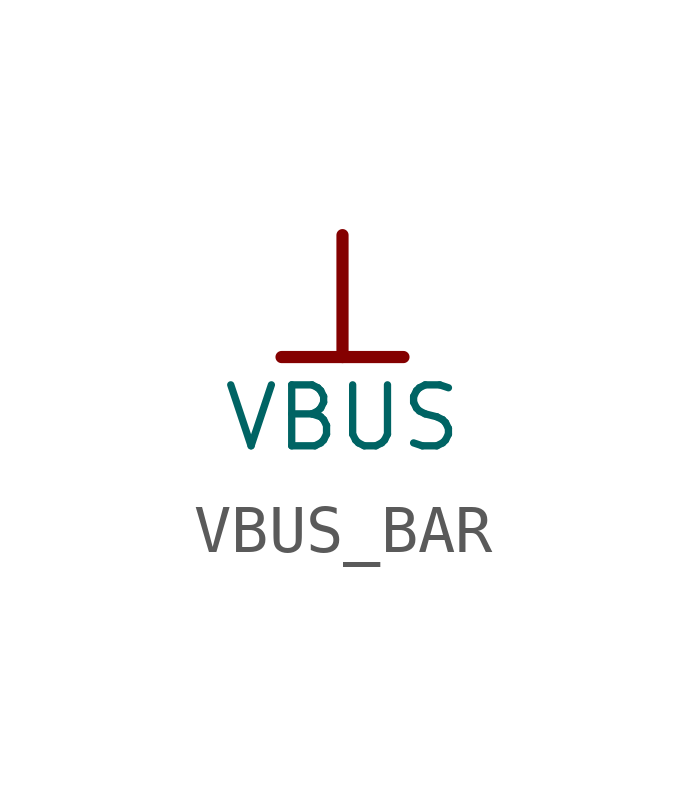
<source format=kicad_sym>
(kicad_symbol_lib
  (version 20241209)
  (generator "kicad_symbol_editor")
  (generator_version "9.0")
  (symbol "VBUS_BAR"
    (power)
    (property "Reference" "#PWR"
      (at 0 0 0)
      (effects (font (size 1.27 1.27)) (hide yes)))
    (property "Value" "VBUS"
      (at 0 -3.81 0)
      (effects (font (size 1.27 1.27))))
    (symbol "VBUS_BAR_0_0"
      (polyline (pts (xy -1.27 -2.54) (xy 1.27 -2.54)) (stroke (width 0.254) (type solid)) (fill (type none)))
      (polyline (pts (xy 0 0) (xy 0 -2.54)) (stroke (width 0.254) (type solid)) (fill (type none)))
      (pin power_in line (at 0 0 0) (length 0) (hide yes) (name "VBUS" (effects (font (size 1.27 1.27)))) (number "" (effects (font (size 1.27 1.27))))))))
</source>
